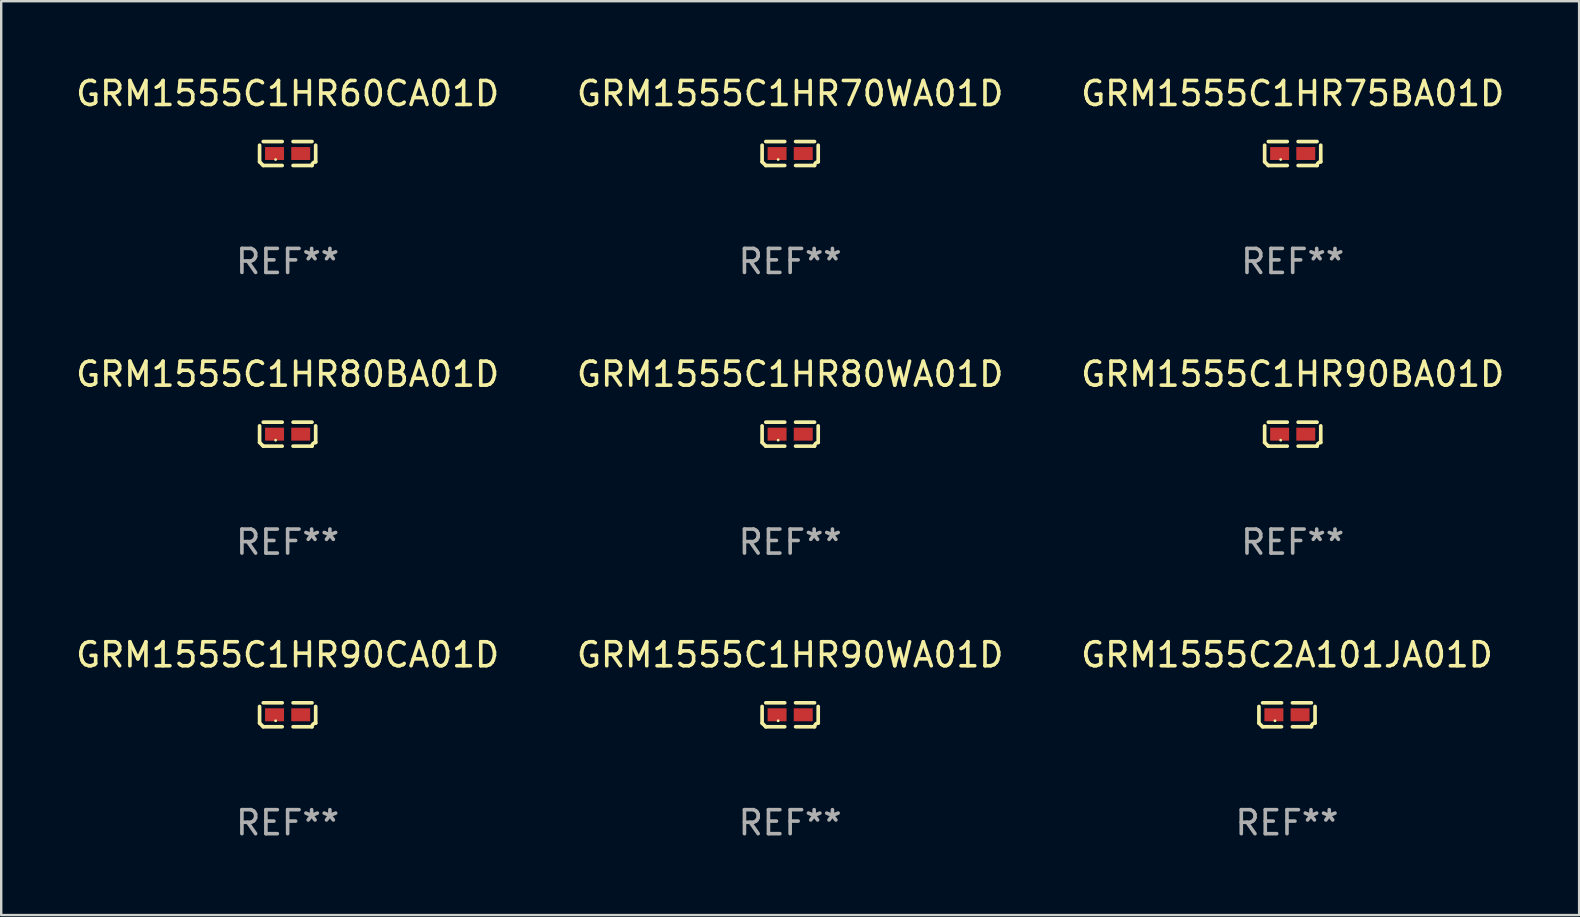
<source format=kicad_pcb>
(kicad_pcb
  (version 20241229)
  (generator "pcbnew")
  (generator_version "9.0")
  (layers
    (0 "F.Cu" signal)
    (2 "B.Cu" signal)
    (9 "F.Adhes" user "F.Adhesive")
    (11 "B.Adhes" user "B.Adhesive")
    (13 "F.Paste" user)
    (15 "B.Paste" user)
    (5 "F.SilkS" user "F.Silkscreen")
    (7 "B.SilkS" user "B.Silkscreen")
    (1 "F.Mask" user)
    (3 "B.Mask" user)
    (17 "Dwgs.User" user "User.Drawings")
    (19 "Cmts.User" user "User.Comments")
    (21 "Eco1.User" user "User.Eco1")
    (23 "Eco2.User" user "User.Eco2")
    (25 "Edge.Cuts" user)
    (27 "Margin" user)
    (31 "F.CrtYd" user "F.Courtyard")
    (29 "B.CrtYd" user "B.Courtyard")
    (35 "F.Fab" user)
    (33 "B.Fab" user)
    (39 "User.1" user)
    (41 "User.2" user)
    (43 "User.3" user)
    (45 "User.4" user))
  (footprint "GRM1555C2A101JA01D"
    (layer "F.Cu")
    (at 50.577 26.734)
    (property "Reference" "GRM1555C2A101JA01D" (at 0 -2.499 0) (layer "F.SilkS") (effects (font (size 1 1) (thickness 0.15))))
    (attr through_hole)
    (fp_line (start -1.169 0.346) (end -1.169 -0.346) (stroke (width 0.152) (type solid)) (layer "F.SilkS"))
    (fp_line (start -1.016 -0.499) (end -0.226 -0.499) (stroke (width 0.152) (type solid)) (layer "F.SilkS"))
    (fp_line (start -0.226 0.499) (end -1.016 0.499) (stroke (width 0.152) (type solid)) (layer "F.SilkS"))
    (fp_line (start 0.226 0.499) (end 1.016 0.499) (stroke (width 0.152) (type solid)) (layer "F.SilkS"))
    (fp_line (start 1.016 -0.499) (end 0.226 -0.499) (stroke (width 0.152) (type solid)) (layer "F.SilkS"))
    (fp_line (start 1.169 0.346) (end 1.169 -0.346) (stroke (width 0.152) (type solid)) (layer "F.SilkS"))
    (fp_arc (start -1.016307 0.498603) (mid -1.092512 0.422405) (end -1.16871 0.3462) (stroke (width 0.1524) (type solid)) (layer "F.SilkS"))
    (fp_arc (start 1.016307 0.498603) (mid 1.060899 0.390758) (end 1.168707 0.346076) (stroke (width 0.1524) (type solid)) (layer "F.SilkS"))
    (fp_circle (center -0.5 0.25) (end -0.47 0.25) (stroke (width 0.06) (type solid)) (fill no) (layer "F.SilkS"))
    (fp_text user "REF**" (at 0 4.499 0) (layer "F.Fab") (effects (font (size 1 1) (thickness 0.15))))
    (pad "1" smd rect (at -0.545 0) (size 0.79 0.54) (layers "F.Cu" "F.Mask" "F.Paste"))
    (pad "2" smd rect (at 0.545 0) (size 0.79 0.54) (layers "F.Cu" "F.Mask" "F.Paste")))
  (footprint "GRM1555C1HR90CA01D"
    (layer "F.Cu")
    (at 8.935 26.734)
    (property "Reference" "GRM1555C1HR90CA01D" (at 0 -2.499 0) (layer "F.SilkS") (effects (font (size 1 1) (thickness 0.15))))
    (attr through_hole)
    (fp_line (start -1.169 0.346) (end -1.169 -0.346) (stroke (width 0.152) (type solid)) (layer "F.SilkS"))
    (fp_line (start -1.016 -0.499) (end -0.226 -0.499) (stroke (width 0.152) (type solid)) (layer "F.SilkS"))
    (fp_line (start -0.226 0.499) (end -1.016 0.499) (stroke (width 0.152) (type solid)) (layer "F.SilkS"))
    (fp_line (start 0.226 0.499) (end 1.016 0.499) (stroke (width 0.152) (type solid)) (layer "F.SilkS"))
    (fp_line (start 1.016 -0.499) (end 0.226 -0.499) (stroke (width 0.152) (type solid)) (layer "F.SilkS"))
    (fp_line (start 1.169 0.346) (end 1.169 -0.346) (stroke (width 0.152) (type solid)) (layer "F.SilkS"))
    (fp_arc (start -1.016307 0.498603) (mid -1.092512 0.422405) (end -1.16871 0.3462) (stroke (width 0.1524) (type solid)) (layer "F.SilkS"))
    (fp_arc (start 1.016307 0.498603) (mid 1.060899 0.390758) (end 1.168707 0.346076) (stroke (width 0.1524) (type solid)) (layer "F.SilkS"))
    (fp_circle (center -0.5 0.25) (end -0.47 0.25) (stroke (width 0.06) (type solid)) (fill no) (layer "F.SilkS"))
    (fp_text user "REF**" (at 0 4.499 0) (layer "F.Fab") (effects (font (size 1 1) (thickness 0.15))))
    (pad "1" smd rect (at -0.545 0) (size 0.79 0.54) (layers "F.Cu" "F.Mask" "F.Paste"))
    (pad "2" smd rect (at 0.545 0) (size 0.79 0.54) (layers "F.Cu" "F.Mask" "F.Paste")))
  (footprint "GRM1555C1HR60CA01D"
    (layer "F.Cu")
    (at 8.935 3.347)
    (property "Reference" "GRM1555C1HR60CA01D" (at 0 -2.499 0) (layer "F.SilkS") (effects (font (size 1 1) (thickness 0.15))))
    (attr through_hole)
    (fp_line (start -1.169 0.346) (end -1.169 -0.346) (stroke (width 0.152) (type solid)) (layer "F.SilkS"))
    (fp_line (start -1.016 -0.499) (end -0.226 -0.499) (stroke (width 0.152) (type solid)) (layer "F.SilkS"))
    (fp_line (start -0.226 0.499) (end -1.016 0.499) (stroke (width 0.152) (type solid)) (layer "F.SilkS"))
    (fp_line (start 0.226 0.499) (end 1.016 0.499) (stroke (width 0.152) (type solid)) (layer "F.SilkS"))
    (fp_line (start 1.016 -0.499) (end 0.226 -0.499) (stroke (width 0.152) (type solid)) (layer "F.SilkS"))
    (fp_line (start 1.169 0.346) (end 1.169 -0.346) (stroke (width 0.152) (type solid)) (layer "F.SilkS"))
    (fp_arc (start -1.016307 0.498603) (mid -1.092512 0.422405) (end -1.16871 0.3462) (stroke (width 0.1524) (type solid)) (layer "F.SilkS"))
    (fp_arc (start 1.016307 0.498603) (mid 1.060899 0.390758) (end 1.168707 0.346076) (stroke (width 0.1524) (type solid)) (layer "F.SilkS"))
    (fp_circle (center -0.5 0.25) (end -0.47 0.25) (stroke (width 0.06) (type solid)) (fill no) (layer "F.SilkS"))
    (fp_text user "REF**" (at 0 4.499 0) (layer "F.Fab") (effects (font (size 1 1) (thickness 0.15))))
    (pad "1" smd rect (at -0.545 0) (size 0.79 0.54) (layers "F.Cu" "F.Mask" "F.Paste"))
    (pad "2" smd rect (at 0.545 0) (size 0.79 0.54) (layers "F.Cu" "F.Mask" "F.Paste")))
  (footprint "GRM1555C1HR90WA01D"
    (layer "F.Cu")
    (at 29.875 26.734)
    (property "Reference" "GRM1555C1HR90WA01D" (at 0 -2.499 0) (layer "F.SilkS") (effects (font (size 1 1) (thickness 0.15))))
    (attr through_hole)
    (fp_line (start -1.169 0.346) (end -1.169 -0.346) (stroke (width 0.152) (type solid)) (layer "F.SilkS"))
    (fp_line (start -1.016 -0.499) (end -0.226 -0.499) (stroke (width 0.152) (type solid)) (layer "F.SilkS"))
    (fp_line (start -0.226 0.499) (end -1.016 0.499) (stroke (width 0.152) (type solid)) (layer "F.SilkS"))
    (fp_line (start 0.226 0.499) (end 1.016 0.499) (stroke (width 0.152) (type solid)) (layer "F.SilkS"))
    (fp_line (start 1.016 -0.499) (end 0.226 -0.499) (stroke (width 0.152) (type solid)) (layer "F.SilkS"))
    (fp_line (start 1.169 0.346) (end 1.169 -0.346) (stroke (width 0.152) (type solid)) (layer "F.SilkS"))
    (fp_arc (start -1.016307 0.498603) (mid -1.092512 0.422405) (end -1.16871 0.3462) (stroke (width 0.1524) (type solid)) (layer "F.SilkS"))
    (fp_arc (start 1.016307 0.498603) (mid 1.060899 0.390758) (end 1.168707 0.346076) (stroke (width 0.1524) (type solid)) (layer "F.SilkS"))
    (fp_circle (center -0.5 0.25) (end -0.47 0.25) (stroke (width 0.06) (type solid)) (fill no) (layer "F.SilkS"))
    (fp_text user "REF**" (at 0 4.499 0) (layer "F.Fab") (effects (font (size 1 1) (thickness 0.15))))
    (pad "1" smd rect (at -0.545 0) (size 0.79 0.54) (layers "F.Cu" "F.Mask" "F.Paste"))
    (pad "2" smd rect (at 0.545 0) (size 0.79 0.54) (layers "F.Cu" "F.Mask" "F.Paste")))
  (footprint "GRM1555C1HR75BA01D"
    (layer "F.Cu")
    (at 50.815 3.347)
    (property "Reference" "GRM1555C1HR75BA01D" (at 0 -2.499 0) (layer "F.SilkS") (effects (font (size 1 1) (thickness 0.15))))
    (attr through_hole)
    (fp_line (start -1.169 0.346) (end -1.169 -0.346) (stroke (width 0.152) (type solid)) (layer "F.SilkS"))
    (fp_line (start -1.016 -0.499) (end -0.226 -0.499) (stroke (width 0.152) (type solid)) (layer "F.SilkS"))
    (fp_line (start -0.226 0.499) (end -1.016 0.499) (stroke (width 0.152) (type solid)) (layer "F.SilkS"))
    (fp_line (start 0.226 0.499) (end 1.016 0.499) (stroke (width 0.152) (type solid)) (layer "F.SilkS"))
    (fp_line (start 1.016 -0.499) (end 0.226 -0.499) (stroke (width 0.152) (type solid)) (layer "F.SilkS"))
    (fp_line (start 1.169 0.346) (end 1.169 -0.346) (stroke (width 0.152) (type solid)) (layer "F.SilkS"))
    (fp_arc (start -1.016307 0.498603) (mid -1.092512 0.422405) (end -1.16871 0.3462) (stroke (width 0.1524) (type solid)) (layer "F.SilkS"))
    (fp_arc (start 1.016307 0.498603) (mid 1.060899 0.390758) (end 1.168707 0.346076) (stroke (width 0.1524) (type solid)) (layer "F.SilkS"))
    (fp_circle (center -0.5 0.25) (end -0.47 0.25) (stroke (width 0.06) (type solid)) (fill no) (layer "F.SilkS"))
    (fp_text user "REF**" (at 0 4.499 0) (layer "F.Fab") (effects (font (size 1 1) (thickness 0.15))))
    (pad "1" smd rect (at -0.545 0) (size 0.79 0.54) (layers "F.Cu" "F.Mask" "F.Paste"))
    (pad "2" smd rect (at 0.545 0) (size 0.79 0.54) (layers "F.Cu" "F.Mask" "F.Paste")))
  (footprint "GRM1555C1HR80BA01D"
    (layer "F.Cu")
    (at 8.935 15.041)
    (property "Reference" "GRM1555C1HR80BA01D" (at 0 -2.499 0) (layer "F.SilkS") (effects (font (size 1 1) (thickness 0.15))))
    (attr through_hole)
    (fp_line (start -1.169 0.346) (end -1.169 -0.346) (stroke (width 0.152) (type solid)) (layer "F.SilkS"))
    (fp_line (start -1.016 -0.499) (end -0.226 -0.499) (stroke (width 0.152) (type solid)) (layer "F.SilkS"))
    (fp_line (start -0.226 0.499) (end -1.016 0.499) (stroke (width 0.152) (type solid)) (layer "F.SilkS"))
    (fp_line (start 0.226 0.499) (end 1.016 0.499) (stroke (width 0.152) (type solid)) (layer "F.SilkS"))
    (fp_line (start 1.016 -0.499) (end 0.226 -0.499) (stroke (width 0.152) (type solid)) (layer "F.SilkS"))
    (fp_line (start 1.169 0.346) (end 1.169 -0.346) (stroke (width 0.152) (type solid)) (layer "F.SilkS"))
    (fp_arc (start -1.016307 0.498603) (mid -1.092512 0.422405) (end -1.16871 0.3462) (stroke (width 0.1524) (type solid)) (layer "F.SilkS"))
    (fp_arc (start 1.016307 0.498603) (mid 1.060899 0.390758) (end 1.168707 0.346076) (stroke (width 0.1524) (type solid)) (layer "F.SilkS"))
    (fp_circle (center -0.5 0.25) (end -0.47 0.25) (stroke (width 0.06) (type solid)) (fill no) (layer "F.SilkS"))
    (fp_text user "REF**" (at 0 4.499 0) (layer "F.Fab") (effects (font (size 1 1) (thickness 0.15))))
    (pad "1" smd rect (at -0.545 0) (size 0.79 0.54) (layers "F.Cu" "F.Mask" "F.Paste"))
    (pad "2" smd rect (at 0.545 0) (size 0.79 0.54) (layers "F.Cu" "F.Mask" "F.Paste")))
  (footprint "GRM1555C1HR90BA01D"
    (layer "F.Cu")
    (at 50.815 15.041)
    (property "Reference" "GRM1555C1HR90BA01D" (at 0 -2.499 0) (layer "F.SilkS") (effects (font (size 1 1) (thickness 0.15))))
    (attr through_hole)
    (fp_line (start -1.169 0.346) (end -1.169 -0.346) (stroke (width 0.152) (type solid)) (layer "F.SilkS"))
    (fp_line (start -1.016 -0.499) (end -0.226 -0.499) (stroke (width 0.152) (type solid)) (layer "F.SilkS"))
    (fp_line (start -0.226 0.499) (end -1.016 0.499) (stroke (width 0.152) (type solid)) (layer "F.SilkS"))
    (fp_line (start 0.226 0.499) (end 1.016 0.499) (stroke (width 0.152) (type solid)) (layer "F.SilkS"))
    (fp_line (start 1.016 -0.499) (end 0.226 -0.499) (stroke (width 0.152) (type solid)) (layer "F.SilkS"))
    (fp_line (start 1.169 0.346) (end 1.169 -0.346) (stroke (width 0.152) (type solid)) (layer "F.SilkS"))
    (fp_arc (start -1.016307 0.498603) (mid -1.092512 0.422405) (end -1.16871 0.3462) (stroke (width 0.1524) (type solid)) (layer "F.SilkS"))
    (fp_arc (start 1.016307 0.498603) (mid 1.060899 0.390758) (end 1.168707 0.346076) (stroke (width 0.1524) (type solid)) (layer "F.SilkS"))
    (fp_circle (center -0.5 0.25) (end -0.47 0.25) (stroke (width 0.06) (type solid)) (fill no) (layer "F.SilkS"))
    (fp_text user "REF**" (at 0 4.499 0) (layer "F.Fab") (effects (font (size 1 1) (thickness 0.15))))
    (pad "1" smd rect (at -0.545 0) (size 0.79 0.54) (layers "F.Cu" "F.Mask" "F.Paste"))
    (pad "2" smd rect (at 0.545 0) (size 0.79 0.54) (layers "F.Cu" "F.Mask" "F.Paste")))
  (footprint "GRM1555C1HR80WA01D"
    (layer "F.Cu")
    (at 29.875 15.041)
    (property "Reference" "GRM1555C1HR80WA01D" (at 0 -2.499 0) (layer "F.SilkS") (effects (font (size 1 1) (thickness 0.15))))
    (attr through_hole)
    (fp_line (start -1.169 0.346) (end -1.169 -0.346) (stroke (width 0.152) (type solid)) (layer "F.SilkS"))
    (fp_line (start -1.016 -0.499) (end -0.226 -0.499) (stroke (width 0.152) (type solid)) (layer "F.SilkS"))
    (fp_line (start -0.226 0.499) (end -1.016 0.499) (stroke (width 0.152) (type solid)) (layer "F.SilkS"))
    (fp_line (start 0.226 0.499) (end 1.016 0.499) (stroke (width 0.152) (type solid)) (layer "F.SilkS"))
    (fp_line (start 1.016 -0.499) (end 0.226 -0.499) (stroke (width 0.152) (type solid)) (layer "F.SilkS"))
    (fp_line (start 1.169 0.346) (end 1.169 -0.346) (stroke (width 0.152) (type solid)) (layer "F.SilkS"))
    (fp_arc (start -1.016307 0.498603) (mid -1.092512 0.422405) (end -1.16871 0.3462) (stroke (width 0.1524) (type solid)) (layer "F.SilkS"))
    (fp_arc (start 1.016307 0.498603) (mid 1.060899 0.390758) (end 1.168707 0.346076) (stroke (width 0.1524) (type solid)) (layer "F.SilkS"))
    (fp_circle (center -0.5 0.25) (end -0.47 0.25) (stroke (width 0.06) (type solid)) (fill no) (layer "F.SilkS"))
    (fp_text user "REF**" (at 0 4.499 0) (layer "F.Fab") (effects (font (size 1 1) (thickness 0.15))))
    (pad "1" smd rect (at -0.545 0) (size 0.79 0.54) (layers "F.Cu" "F.Mask" "F.Paste"))
    (pad "2" smd rect (at 0.545 0) (size 0.79 0.54) (layers "F.Cu" "F.Mask" "F.Paste")))
  (footprint "GRM1555C1HR70WA01D"
    (layer "F.Cu")
    (at 29.875 3.347)
    (property "Reference" "GRM1555C1HR70WA01D" (at 0 -2.499 0) (layer "F.SilkS") (effects (font (size 1 1) (thickness 0.15))))
    (attr through_hole)
    (fp_line (start -1.169 0.346) (end -1.169 -0.346) (stroke (width 0.152) (type solid)) (layer "F.SilkS"))
    (fp_line (start -1.016 -0.499) (end -0.226 -0.499) (stroke (width 0.152) (type solid)) (layer "F.SilkS"))
    (fp_line (start -0.226 0.499) (end -1.016 0.499) (stroke (width 0.152) (type solid)) (layer "F.SilkS"))
    (fp_line (start 0.226 0.499) (end 1.016 0.499) (stroke (width 0.152) (type solid)) (layer "F.SilkS"))
    (fp_line (start 1.016 -0.499) (end 0.226 -0.499) (stroke (width 0.152) (type solid)) (layer "F.SilkS"))
    (fp_line (start 1.169 0.346) (end 1.169 -0.346) (stroke (width 0.152) (type solid)) (layer "F.SilkS"))
    (fp_arc (start -1.016307 0.498603) (mid -1.092512 0.422405) (end -1.16871 0.3462) (stroke (width 0.1524) (type solid)) (layer "F.SilkS"))
    (fp_arc (start 1.016307 0.498603) (mid 1.060899 0.390758) (end 1.168707 0.346076) (stroke (width 0.1524) (type solid)) (layer "F.SilkS"))
    (fp_circle (center -0.5 0.25) (end -0.47 0.25) (stroke (width 0.06) (type solid)) (fill no) (layer "F.SilkS"))
    (fp_text user "REF**" (at 0 4.499 0) (layer "F.Fab") (effects (font (size 1 1) (thickness 0.15))))
    (pad "1" smd rect (at -0.545 0) (size 0.79 0.54) (layers "F.Cu" "F.Mask" "F.Paste"))
    (pad "2" smd rect (at 0.545 0) (size 0.79 0.54) (layers "F.Cu" "F.Mask" "F.Paste")))
  (gr_rect
    (start -3 -3)
    (end 62.75 35.081)
    (stroke (width 0.1) (type default))
    (fill no)
    (layer "Edge.Cuts")))
</source>
